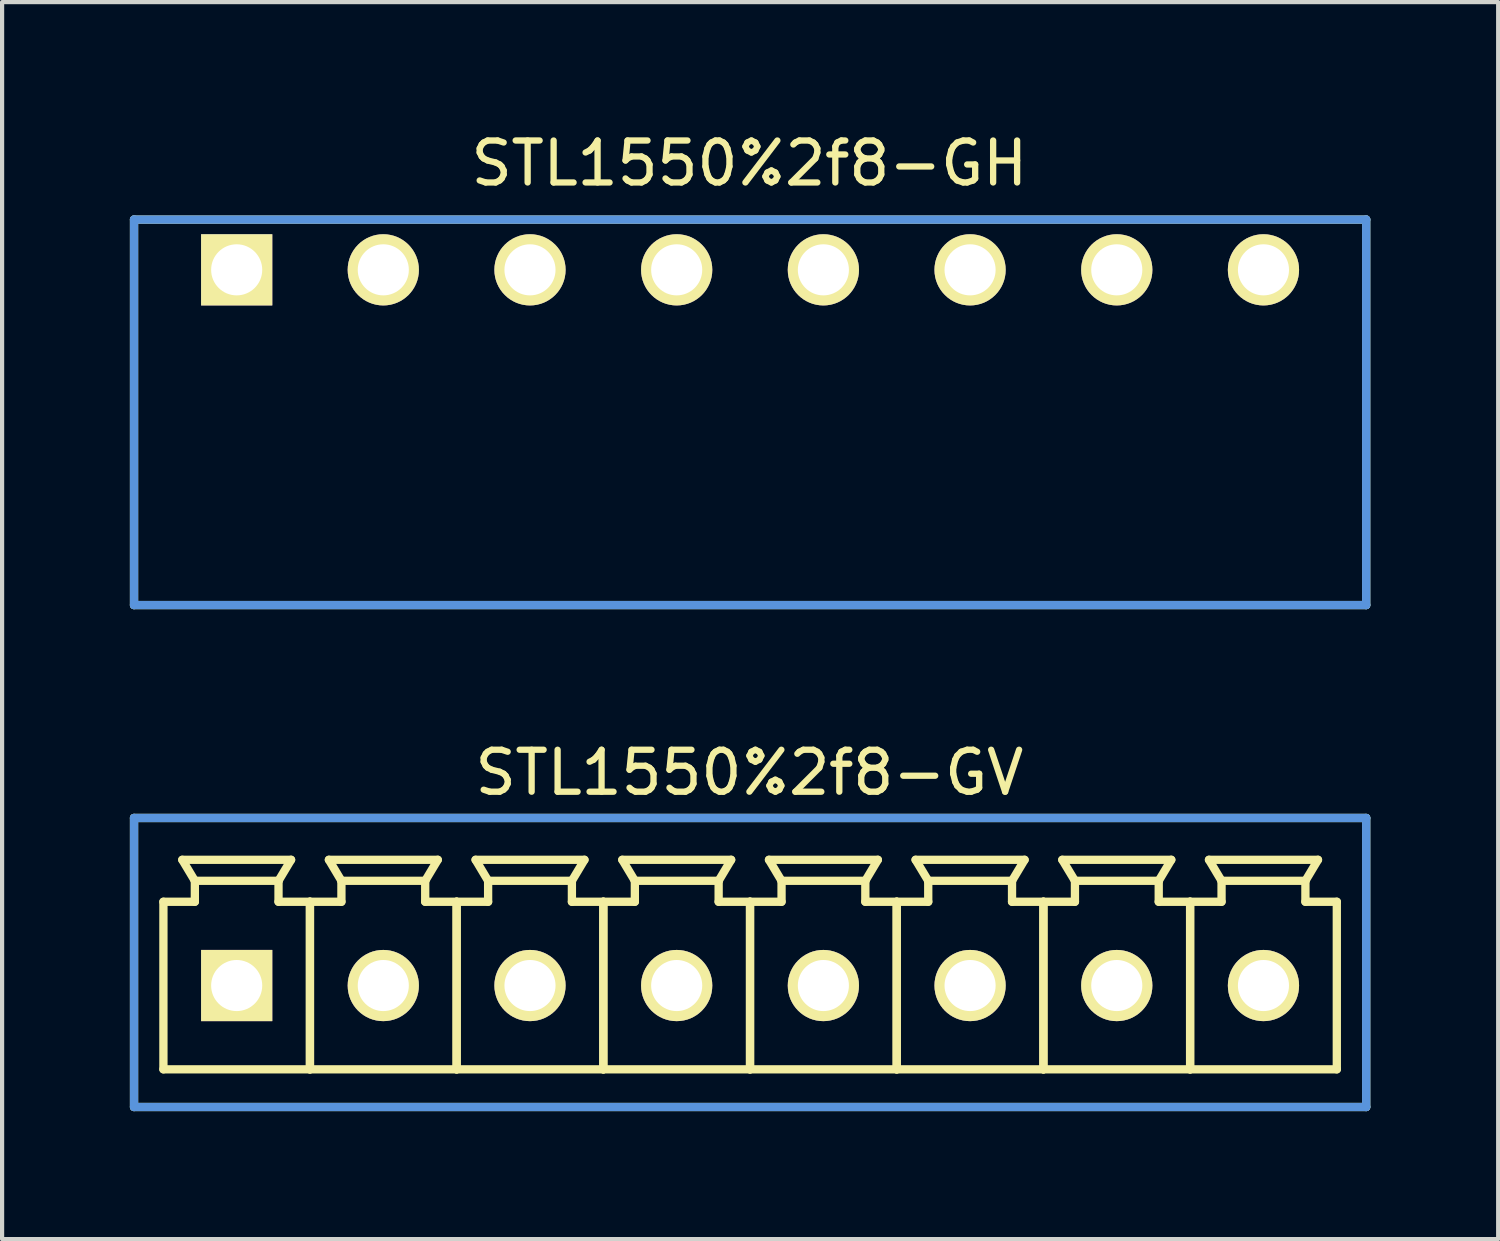
<source format=kicad_pcb>
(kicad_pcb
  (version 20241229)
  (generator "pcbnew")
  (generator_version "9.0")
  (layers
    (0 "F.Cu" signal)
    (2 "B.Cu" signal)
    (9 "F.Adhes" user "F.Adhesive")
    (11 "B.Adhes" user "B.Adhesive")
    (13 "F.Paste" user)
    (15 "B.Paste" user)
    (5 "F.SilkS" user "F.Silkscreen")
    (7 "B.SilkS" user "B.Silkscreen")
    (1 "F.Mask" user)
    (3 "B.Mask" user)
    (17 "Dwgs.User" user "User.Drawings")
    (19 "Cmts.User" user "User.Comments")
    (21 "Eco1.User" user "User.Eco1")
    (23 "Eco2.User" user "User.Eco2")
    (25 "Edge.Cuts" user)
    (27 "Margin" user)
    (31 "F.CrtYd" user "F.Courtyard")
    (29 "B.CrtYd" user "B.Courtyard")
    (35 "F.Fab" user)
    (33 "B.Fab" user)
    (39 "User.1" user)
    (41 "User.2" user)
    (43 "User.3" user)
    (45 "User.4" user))
  (footprint "STL1550%2f8-GH"
    (layer "F.Cu")
    (at 2.597 3.388)
    (property "Reference" "STL1550%2f8-GH" (at 12.233 -2.54 0) (layer "F.SilkS") (effects (font (size 1.001 1.001) (thickness 0.15))))
    (attr through_hole)
    (fp_line (start -2.449 -1.199) (end -2.449 7.998) (stroke (width 0.198) (type solid)) (layer "F.SilkS"))
    (fp_line (start -2.449 7.998) (end 26.949 7.998) (stroke (width 0.198) (type solid)) (layer "F.SilkS"))
    (fp_line (start 26.949 -1.199) (end -2.449 -1.199) (stroke (width 0.198) (type solid)) (layer "F.SilkS"))
    (fp_line (start 26.949 7.998) (end 26.949 -1.199) (stroke (width 0.198) (type solid)) (layer "F.SilkS"))
    (fp_line (start -2.449 -1.199) (end -2.449 7.998) (stroke (width 0.198) (type solid)) (layer "Cmts.User"))
    (fp_line (start -2.449 7.998) (end 26.949 7.998) (stroke (width 0.198) (type solid)) (layer "Cmts.User"))
    (fp_line (start 26.949 -1.199) (end -2.449 -1.199) (stroke (width 0.198) (type solid)) (layer "Cmts.User"))
    (fp_line (start 26.949 7.998) (end 26.949 -1.199) (stroke (width 0.198) (type solid)) (layer "Cmts.User"))
    (fp_line (start -2.548 -1.298) (end -2.548 8.098) (stroke (width 0.099) (type solid)) (layer "Eco1.User"))
    (fp_line (start -2.548 8.098) (end 27.048 8.098) (stroke (width 0.099) (type solid)) (layer "Eco1.User"))
    (fp_line (start 27.048 -1.298) (end -2.548 -1.298) (stroke (width 0.099) (type solid)) (layer "Eco1.User"))
    (fp_line (start 27.048 8.098) (end 27.048 -1.298) (stroke (width 0.099) (type solid)) (layer "Eco1.User"))
    (pad "1" thru_hole rect (at 0 0) (size 1.699 1.699) (drill 1.219) (layers "*.Cu" "*.Mask" "F.SilkS"))
    (pad "2" thru_hole circle (at 3.498 0) (size 1.699 1.699) (drill 1.219) (layers "*.Cu" "*.Mask" "F.SilkS"))
    (pad "3" thru_hole circle (at 6.998 0) (size 1.699 1.699) (drill 1.219) (layers "*.Cu" "*.Mask" "F.SilkS"))
    (pad "4" thru_hole circle (at 10.498 0) (size 1.699 1.699) (drill 1.219) (layers "*.Cu" "*.Mask" "F.SilkS"))
    (pad "5" thru_hole circle (at 13.998 0) (size 1.699 1.699) (drill 1.219) (layers "*.Cu" "*.Mask" "F.SilkS"))
    (pad "6" thru_hole circle (at 17.498 0) (size 1.699 1.699) (drill 1.219) (layers "*.Cu" "*.Mask" "F.SilkS"))
    (pad "7" thru_hole circle (at 20.998 0) (size 1.699 1.699) (drill 1.219) (layers "*.Cu" "*.Mask" "F.SilkS"))
    (pad "8" thru_hole circle (at 24.498 0) (size 1.699 1.699) (drill 1.219) (layers "*.Cu" "*.Mask" "F.SilkS")))
  (footprint "STL1550%2f8-GV"
    (layer "F.Cu")
    (at 2.597 20.464)
    (property "Reference" "STL1550%2f8-GV" (at 12.233 -5.08 0) (layer "F.SilkS") (effects (font (size 1.001 1.001) (thickness 0.15))))
    (attr through_hole)
    (fp_line (start -2.449 -3.998) (end -2.449 2.898) (stroke (width 0.198) (type solid)) (layer "F.SilkS"))
    (fp_line (start -2.449 2.898) (end 26.949 2.898) (stroke (width 0.198) (type solid)) (layer "F.SilkS"))
    (fp_line (start -1.748 -1.999) (end -0.998 -1.999) (stroke (width 0.198) (type solid)) (layer "F.SilkS"))
    (fp_line (start -1.748 1.999) (end -1.748 -1.999) (stroke (width 0.198) (type solid)) (layer "F.SilkS"))
    (fp_line (start -1.298 -3) (end 1.298 -3) (stroke (width 0.198) (type solid)) (layer "F.SilkS"))
    (fp_line (start -0.998 -2.499) (end -1.298 -3) (stroke (width 0.198) (type solid)) (layer "F.SilkS"))
    (fp_line (start -0.998 -2.499) (end 0.998 -2.499) (stroke (width 0.198) (type solid)) (layer "F.SilkS"))
    (fp_line (start -0.998 -1.999) (end -0.998 -2.499) (stroke (width 0.198) (type solid)) (layer "F.SilkS"))
    (fp_line (start 0.998 -2.499) (end 0.998 -1.999) (stroke (width 0.198) (type solid)) (layer "F.SilkS"))
    (fp_line (start 0.998 -1.999) (end 1.748 -1.999) (stroke (width 0.198) (type solid)) (layer "F.SilkS"))
    (fp_line (start 1.298 -3) (end 0.998 -2.499) (stroke (width 0.198) (type solid)) (layer "F.SilkS"))
    (fp_line (start 1.748 -1.999) (end 1.748 1.999) (stroke (width 0.198) (type solid)) (layer "F.SilkS"))
    (fp_line (start 1.748 -1.999) (end 2.499 -1.999) (stroke (width 0.198) (type solid)) (layer "F.SilkS"))
    (fp_line (start 1.748 1.999) (end -1.748 1.999) (stroke (width 0.198) (type solid)) (layer "F.SilkS"))
    (fp_line (start 1.748 1.999) (end 1.748 -1.999) (stroke (width 0.198) (type solid)) (layer "F.SilkS"))
    (fp_line (start 2.2 -3) (end 4.798 -3) (stroke (width 0.198) (type solid)) (layer "F.SilkS"))
    (fp_line (start 2.499 -2.499) (end 2.2 -3) (stroke (width 0.198) (type solid)) (layer "F.SilkS"))
    (fp_line (start 2.499 -2.499) (end 4.498 -2.499) (stroke (width 0.198) (type solid)) (layer "F.SilkS"))
    (fp_line (start 2.499 -1.999) (end 2.499 -2.499) (stroke (width 0.198) (type solid)) (layer "F.SilkS"))
    (fp_line (start 4.498 -2.499) (end 4.498 -1.999) (stroke (width 0.198) (type solid)) (layer "F.SilkS"))
    (fp_line (start 4.498 -1.999) (end 5.248 -1.999) (stroke (width 0.198) (type solid)) (layer "F.SilkS"))
    (fp_line (start 4.798 -3) (end 4.498 -2.499) (stroke (width 0.198) (type solid)) (layer "F.SilkS"))
    (fp_line (start 5.248 -1.999) (end 5.248 1.999) (stroke (width 0.198) (type solid)) (layer "F.SilkS"))
    (fp_line (start 5.248 -1.999) (end 5.999 -1.999) (stroke (width 0.198) (type solid)) (layer "F.SilkS"))
    (fp_line (start 5.248 1.999) (end 1.748 1.999) (stroke (width 0.198) (type solid)) (layer "F.SilkS"))
    (fp_line (start 5.248 1.999) (end 5.248 -1.999) (stroke (width 0.198) (type solid)) (layer "F.SilkS"))
    (fp_line (start 5.7 -3) (end 8.298 -3) (stroke (width 0.198) (type solid)) (layer "F.SilkS"))
    (fp_line (start 5.999 -2.499) (end 5.7 -3) (stroke (width 0.198) (type solid)) (layer "F.SilkS"))
    (fp_line (start 5.999 -2.499) (end 7.998 -2.499) (stroke (width 0.198) (type solid)) (layer "F.SilkS"))
    (fp_line (start 5.999 -1.999) (end 5.999 -2.499) (stroke (width 0.198) (type solid)) (layer "F.SilkS"))
    (fp_line (start 7.998 -2.499) (end 7.998 -1.999) (stroke (width 0.198) (type solid)) (layer "F.SilkS"))
    (fp_line (start 7.998 -1.999) (end 8.748 -1.999) (stroke (width 0.198) (type solid)) (layer "F.SilkS"))
    (fp_line (start 8.298 -3) (end 7.998 -2.499) (stroke (width 0.198) (type solid)) (layer "F.SilkS"))
    (fp_line (start 8.748 -1.999) (end 8.748 1.999) (stroke (width 0.198) (type solid)) (layer "F.SilkS"))
    (fp_line (start 8.748 -1.999) (end 9.5 -1.999) (stroke (width 0.198) (type solid)) (layer "F.SilkS"))
    (fp_line (start 8.748 1.999) (end 5.248 1.999) (stroke (width 0.198) (type solid)) (layer "F.SilkS"))
    (fp_line (start 8.748 1.999) (end 8.748 -1.999) (stroke (width 0.198) (type solid)) (layer "F.SilkS"))
    (fp_line (start 9.2 -3) (end 11.798 -3) (stroke (width 0.198) (type solid)) (layer "F.SilkS"))
    (fp_line (start 9.5 -2.499) (end 9.2 -3) (stroke (width 0.198) (type solid)) (layer "F.SilkS"))
    (fp_line (start 9.5 -2.499) (end 11.499 -2.499) (stroke (width 0.198) (type solid)) (layer "F.SilkS"))
    (fp_line (start 9.5 -1.999) (end 9.5 -2.499) (stroke (width 0.198) (type solid)) (layer "F.SilkS"))
    (fp_line (start 11.499 -2.499) (end 11.499 -1.999) (stroke (width 0.198) (type solid)) (layer "F.SilkS"))
    (fp_line (start 11.499 -1.999) (end 12.248 -1.999) (stroke (width 0.198) (type solid)) (layer "F.SilkS"))
    (fp_line (start 11.798 -3) (end 11.499 -2.499) (stroke (width 0.198) (type solid)) (layer "F.SilkS"))
    (fp_line (start 12.248 -1.999) (end 12.248 1.999) (stroke (width 0.198) (type solid)) (layer "F.SilkS"))
    (fp_line (start 12.248 -1.999) (end 13 -1.999) (stroke (width 0.198) (type solid)) (layer "F.SilkS"))
    (fp_line (start 12.248 1.999) (end 8.748 1.999) (stroke (width 0.198) (type solid)) (layer "F.SilkS"))
    (fp_line (start 12.248 1.999) (end 12.248 -1.999) (stroke (width 0.198) (type solid)) (layer "F.SilkS"))
    (fp_line (start 12.7 -3) (end 15.298 -3) (stroke (width 0.198) (type solid)) (layer "F.SilkS"))
    (fp_line (start 13 -2.499) (end 12.7 -3) (stroke (width 0.198) (type solid)) (layer "F.SilkS"))
    (fp_line (start 13 -2.499) (end 14.999 -2.499) (stroke (width 0.198) (type solid)) (layer "F.SilkS"))
    (fp_line (start 13 -1.999) (end 13 -2.499) (stroke (width 0.198) (type solid)) (layer "F.SilkS"))
    (fp_line (start 14.999 -2.499) (end 14.999 -1.999) (stroke (width 0.198) (type solid)) (layer "F.SilkS"))
    (fp_line (start 14.999 -1.999) (end 15.748 -1.999) (stroke (width 0.198) (type solid)) (layer "F.SilkS"))
    (fp_line (start 15.298 -3) (end 14.999 -2.499) (stroke (width 0.198) (type solid)) (layer "F.SilkS"))
    (fp_line (start 15.748 -1.999) (end 15.748 1.999) (stroke (width 0.198) (type solid)) (layer "F.SilkS"))
    (fp_line (start 15.748 -1.999) (end 16.5 -1.999) (stroke (width 0.198) (type solid)) (layer "F.SilkS"))
    (fp_line (start 15.748 1.999) (end 12.248 1.999) (stroke (width 0.198) (type solid)) (layer "F.SilkS"))
    (fp_line (start 15.748 1.999) (end 15.748 -1.999) (stroke (width 0.198) (type solid)) (layer "F.SilkS"))
    (fp_line (start 16.198 -3) (end 18.799 -3) (stroke (width 0.198) (type solid)) (layer "F.SilkS"))
    (fp_line (start 16.5 -2.499) (end 16.198 -3) (stroke (width 0.198) (type solid)) (layer "F.SilkS"))
    (fp_line (start 16.5 -2.499) (end 18.499 -2.499) (stroke (width 0.198) (type solid)) (layer "F.SilkS"))
    (fp_line (start 16.5 -1.999) (end 16.5 -2.499) (stroke (width 0.198) (type solid)) (layer "F.SilkS"))
    (fp_line (start 18.499 -2.499) (end 18.499 -1.999) (stroke (width 0.198) (type solid)) (layer "F.SilkS"))
    (fp_line (start 18.499 -1.999) (end 19.248 -1.999) (stroke (width 0.198) (type solid)) (layer "F.SilkS"))
    (fp_line (start 18.799 -3) (end 18.499 -2.499) (stroke (width 0.198) (type solid)) (layer "F.SilkS"))
    (fp_line (start 19.248 -1.999) (end 19.248 1.999) (stroke (width 0.198) (type solid)) (layer "F.SilkS"))
    (fp_line (start 19.248 -1.999) (end 20 -1.999) (stroke (width 0.198) (type solid)) (layer "F.SilkS"))
    (fp_line (start 19.248 1.999) (end 15.748 1.999) (stroke (width 0.198) (type solid)) (layer "F.SilkS"))
    (fp_line (start 19.248 1.999) (end 19.248 -1.999) (stroke (width 0.198) (type solid)) (layer "F.SilkS"))
    (fp_line (start 19.698 -3) (end 22.299 -3) (stroke (width 0.198) (type solid)) (layer "F.SilkS"))
    (fp_line (start 20 -2.499) (end 19.698 -3) (stroke (width 0.198) (type solid)) (layer "F.SilkS"))
    (fp_line (start 20 -2.499) (end 21.999 -2.499) (stroke (width 0.198) (type solid)) (layer "F.SilkS"))
    (fp_line (start 20 -1.999) (end 20 -2.499) (stroke (width 0.198) (type solid)) (layer "F.SilkS"))
    (fp_line (start 21.999 -2.499) (end 21.999 -1.999) (stroke (width 0.198) (type solid)) (layer "F.SilkS"))
    (fp_line (start 21.999 -1.999) (end 22.748 -1.999) (stroke (width 0.198) (type solid)) (layer "F.SilkS"))
    (fp_line (start 22.299 -3) (end 21.999 -2.499) (stroke (width 0.198) (type solid)) (layer "F.SilkS"))
    (fp_line (start 22.748 -1.999) (end 22.748 1.999) (stroke (width 0.198) (type solid)) (layer "F.SilkS"))
    (fp_line (start 22.748 -1.999) (end 23.498 -1.999) (stroke (width 0.198) (type solid)) (layer "F.SilkS"))
    (fp_line (start 22.748 1.999) (end 19.248 1.999) (stroke (width 0.198) (type solid)) (layer "F.SilkS"))
    (fp_line (start 22.748 1.999) (end 22.748 -1.999) (stroke (width 0.198) (type solid)) (layer "F.SilkS"))
    (fp_line (start 23.198 -3) (end 25.799 -3) (stroke (width 0.198) (type solid)) (layer "F.SilkS"))
    (fp_line (start 23.498 -2.499) (end 23.198 -3) (stroke (width 0.198) (type solid)) (layer "F.SilkS"))
    (fp_line (start 23.498 -2.499) (end 25.499 -2.499) (stroke (width 0.198) (type solid)) (layer "F.SilkS"))
    (fp_line (start 23.498 -1.999) (end 23.498 -2.499) (stroke (width 0.198) (type solid)) (layer "F.SilkS"))
    (fp_line (start 25.499 -2.499) (end 25.499 -1.999) (stroke (width 0.198) (type solid)) (layer "F.SilkS"))
    (fp_line (start 25.499 -1.999) (end 26.248 -1.999) (stroke (width 0.198) (type solid)) (layer "F.SilkS"))
    (fp_line (start 25.799 -3) (end 25.499 -2.499) (stroke (width 0.198) (type solid)) (layer "F.SilkS"))
    (fp_line (start 26.248 -1.999) (end 26.248 1.999) (stroke (width 0.198) (type solid)) (layer "F.SilkS"))
    (fp_line (start 26.248 1.999) (end 22.748 1.999) (stroke (width 0.198) (type solid)) (layer "F.SilkS"))
    (fp_line (start 26.949 -3.998) (end -2.449 -3.998) (stroke (width 0.198) (type solid)) (layer "F.SilkS"))
    (fp_line (start 26.949 2.898) (end 26.949 -3.998) (stroke (width 0.198) (type solid)) (layer "F.SilkS"))
    (fp_line (start -2.449 -3.998) (end -2.449 2.898) (stroke (width 0.198) (type solid)) (layer "Cmts.User"))
    (fp_line (start -2.449 2.898) (end 26.949 2.898) (stroke (width 0.198) (type solid)) (layer "Cmts.User"))
    (fp_line (start 26.949 -3.998) (end -2.449 -3.998) (stroke (width 0.198) (type solid)) (layer "Cmts.User"))
    (fp_line (start 26.949 2.898) (end 26.949 -3.998) (stroke (width 0.198) (type solid)) (layer "Cmts.User"))
    (fp_line (start -2.548 -4.1) (end -2.548 3) (stroke (width 0.099) (type solid)) (layer "Eco1.User"))
    (fp_line (start -2.548 3) (end 27.048 3) (stroke (width 0.099) (type solid)) (layer "Eco1.User"))
    (fp_line (start 27.048 -4.1) (end -2.548 -4.1) (stroke (width 0.099) (type solid)) (layer "Eco1.User"))
    (fp_line (start 27.048 3) (end 27.048 -4.1) (stroke (width 0.099) (type solid)) (layer "Eco1.User"))
    (pad "1" thru_hole rect (at 0 0) (size 1.699 1.699) (drill 1.219) (layers "*.Cu" "*.Mask" "F.SilkS"))
    (pad "2" thru_hole circle (at 3.498 0) (size 1.699 1.699) (drill 1.219) (layers "*.Cu" "*.Mask" "F.SilkS"))
    (pad "3" thru_hole circle (at 6.998 0) (size 1.699 1.699) (drill 1.219) (layers "*.Cu" "*.Mask" "F.SilkS"))
    (pad "4" thru_hole circle (at 10.498 0) (size 1.699 1.699) (drill 1.219) (layers "*.Cu" "*.Mask" "F.SilkS"))
    (pad "5" thru_hole circle (at 13.998 0) (size 1.699 1.699) (drill 1.219) (layers "*.Cu" "*.Mask" "F.SilkS"))
    (pad "6" thru_hole circle (at 17.498 0) (size 1.699 1.699) (drill 1.219) (layers "*.Cu" "*.Mask" "F.SilkS"))
    (pad "7" thru_hole circle (at 20.998 0) (size 1.699 1.699) (drill 1.219) (layers "*.Cu" "*.Mask" "F.SilkS"))
    (pad "8" thru_hole circle (at 24.498 0) (size 1.699 1.699) (drill 1.219) (layers "*.Cu" "*.Mask" "F.SilkS")))
  (gr_rect
    (start -3 -3)
    (end 32.695 26.513)
    (stroke (width 0.1) (type default))
    (fill no)
    (layer "Edge.Cuts")))
</source>
